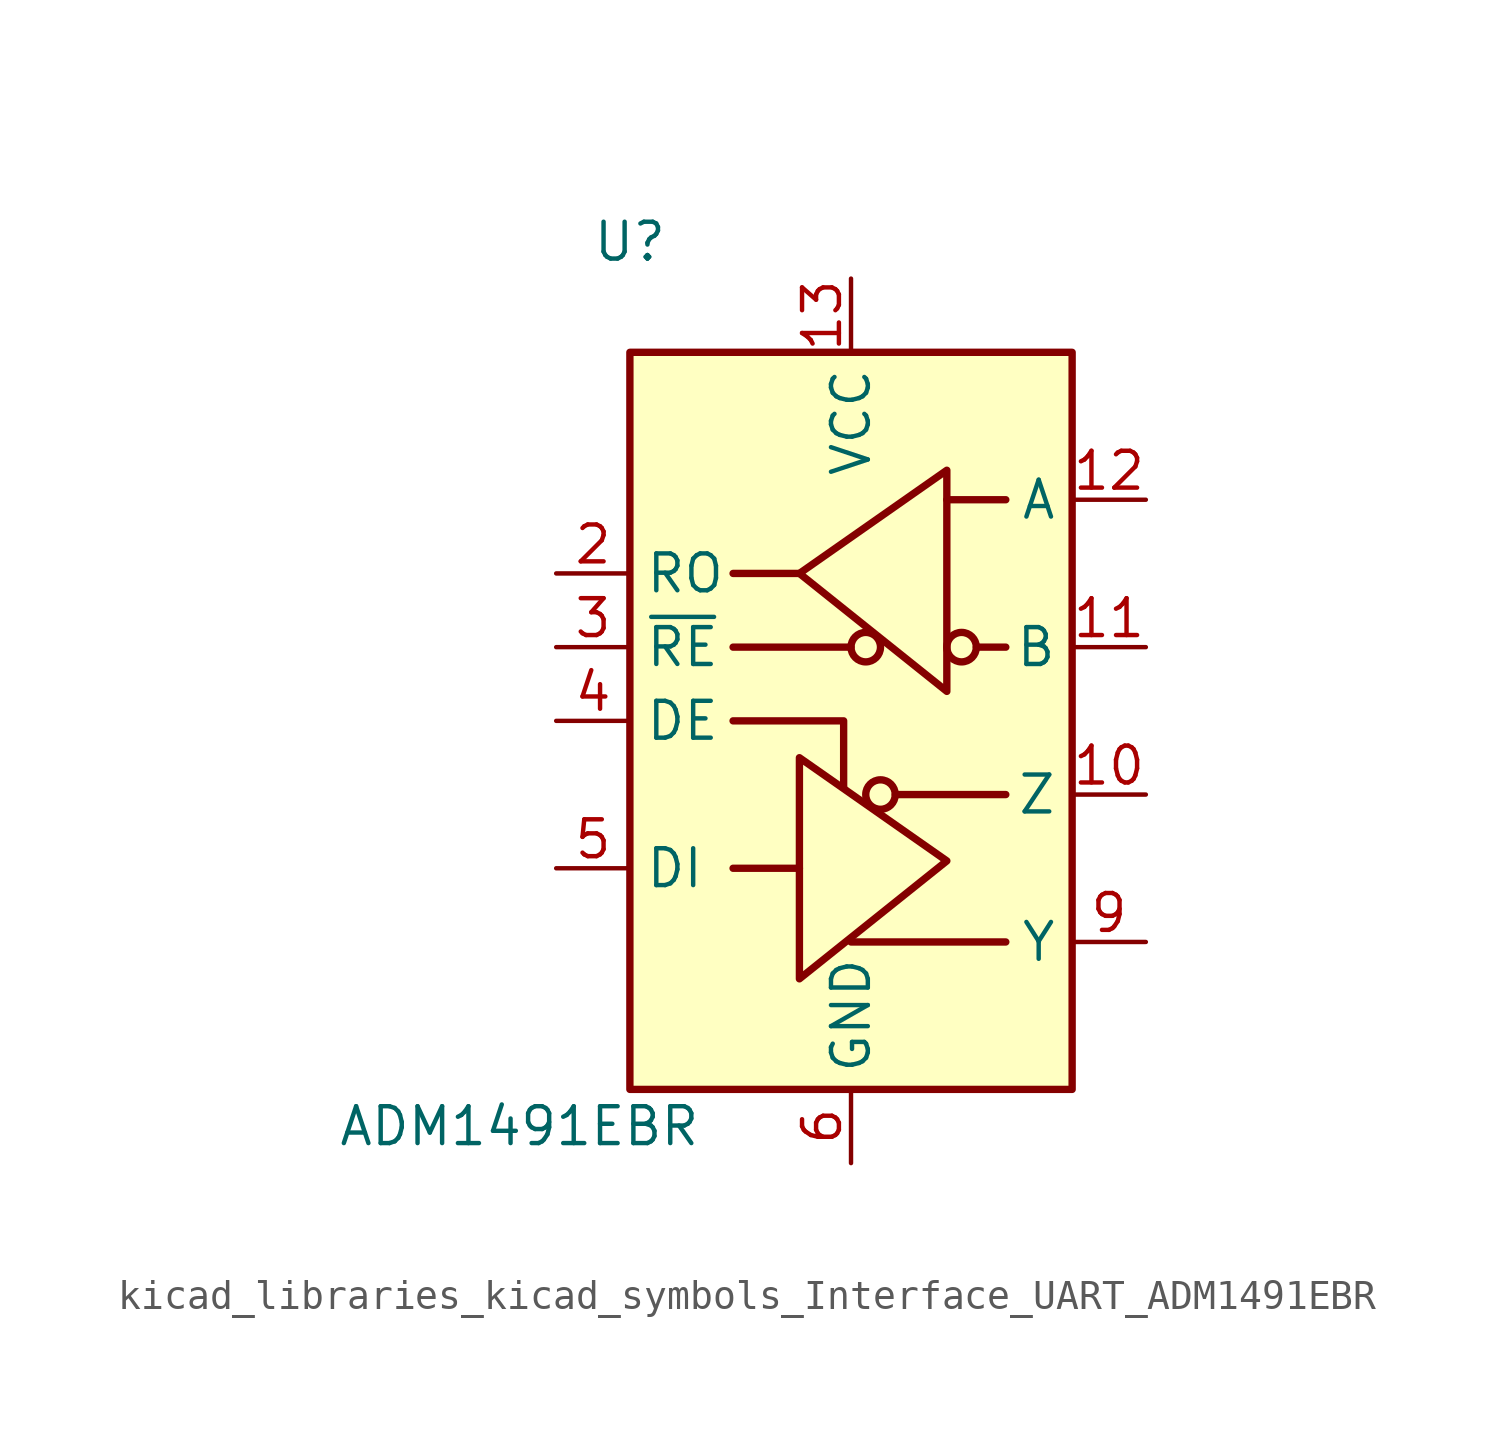
<source format=kicad_sym>
(kicad_symbol_lib
  (version 20220914)
  (generator kicad_symbol_editor)
  (symbol "kicad_libraries_kicad_symbols_Interface_UART_ADM1491EBR"
    (property "Reference" "U"
      (at -7.62 16.51 0)
      (effects (font (size 1.27 1.27))))
    (property "Value" "ADM1491EBR"
      (at -11.43 -13.97 0)
      (effects (font (size 1.27 1.27))))
    (symbol "kicad_libraries_kicad_symbols_Interface_UART_ADM1491EBR_0_1"
      (rectangle (start -7.62 12.7) (end 7.62 -12.7) (stroke (width 0.254) (type default)) (fill (type background)))
      (polyline (pts (xy -4.064 2.54) (xy 0 2.54)) (stroke (width 0.254) (type default)) (fill (type none)))
      (polyline (pts (xy -1.778 -5.08) (xy -4.064 -5.08)) (stroke (width 0.254) (type default)) (fill (type none)))
      (polyline (pts (xy -1.778 5.08) (xy -4.064 5.08)) (stroke (width 0.254) (type default)) (fill (type none)))
      (polyline (pts (xy 0 -7.62) (xy 5.334 -7.62)) (stroke (width 0.254) (type default)) (fill (type none)))
      (polyline (pts (xy 1.524 -2.54) (xy 5.334 -2.54)) (stroke (width 0.254) (type default)) (fill (type none)))
      (polyline (pts (xy 3.302 7.62) (xy 5.334 7.62)) (stroke (width 0.254) (type default)) (fill (type none)))
      (polyline (pts (xy 4.318 2.54) (xy 5.334 2.54)) (stroke (width 0.254) (type default)) (fill (type none)))
      (polyline (pts (xy -4.064 0) (xy -0.254 0) (xy -0.254 -2.286)) (stroke (width 0.254) (type default)) (fill (type none)))
      (polyline (pts (xy -1.778 -5.08) (xy -1.778 -1.27) (xy 3.302 -4.826) (xy -1.778 -8.89) (xy -1.778 -5.08)) (stroke (width 0.254) (type default)) (fill (type none)))
      (circle (center 1.016 -2.54) (radius 0.508) (stroke (width 0.254) (type default)) (fill (type none))))
    (symbol "kicad_libraries_kicad_symbols_Interface_UART_ADM1491EBR_1_1"
      (polyline (pts (xy 3.302 4.826) (xy 3.302 8.636) (xy -1.778 5.08) (xy 3.302 1.016) (xy 3.302 4.826)) (stroke (width 0.254) (type default)) (fill (type none)))
      (circle (center 0.508 2.54) (radius 0.508) (stroke (width 0.254) (type default)) (fill (type none)))
      (circle (center 3.81 2.54) (radius 0.508) (stroke (width 0.254) (type default)) (fill (type none)))
      (pin no_connect line (at -7.62 -10.16 0) (length 2.54) hide (name "NC" (effects (font (size 1.27 1.27)))) (number "1" (effects (font (size 1.27 1.27)))))
      (pin output line (at 10.16 -2.54 180) (length 2.54) (name "Z" (effects (font (size 1.27 1.27)))) (number "10" (effects (font (size 1.27 1.27)))))
      (pin input line (at 10.16 2.54 180) (length 2.54) (name "B" (effects (font (size 1.27 1.27)))) (number "11" (effects (font (size 1.27 1.27)))))
      (pin input line (at 10.16 7.62 180) (length 2.54) (name "A" (effects (font (size 1.27 1.27)))) (number "12" (effects (font (size 1.27 1.27)))))
      (pin power_in line (at 0 15.24 270) (length 2.54) (name "VCC" (effects (font (size 1.27 1.27)))) (number "13" (effects (font (size 1.27 1.27)))))
      (pin passive line (at 0 15.24 270) (length 2.54) hide (name "VCC" (effects (font (size 1.27 1.27)))) (number "14" (effects (font (size 1.27 1.27)))))
      (pin output line (at -10.16 5.08 0) (length 2.54) (name "RO" (effects (font (size 1.27 1.27)))) (number "2" (effects (font (size 1.27 1.27)))))
      (pin input line (at -10.16 2.54 0) (length 2.54) (name "~{RE}" (effects (font (size 1.27 1.27)))) (number "3" (effects (font (size 1.27 1.27)))))
      (pin input line (at -10.16 0 0) (length 2.54) (name "DE" (effects (font (size 1.27 1.27)))) (number "4" (effects (font (size 1.27 1.27)))))
      (pin input line (at -10.16 -5.08 0) (length 2.54) (name "DI" (effects (font (size 1.27 1.27)))) (number "5" (effects (font (size 1.27 1.27)))))
      (pin power_in line (at 0 -15.24 90) (length 2.54) (name "GND" (effects (font (size 1.27 1.27)))) (number "6" (effects (font (size 1.27 1.27)))))
      (pin passive line (at 0 -15.24 90) (length 2.54) hide (name "GND" (effects (font (size 1.27 1.27)))) (number "7" (effects (font (size 1.27 1.27)))))
      (pin no_connect line (at -7.62 -7.62 0) (length 2.54) hide (name "NC" (effects (font (size 1.27 1.27)))) (number "8" (effects (font (size 1.27 1.27)))))
      (pin output line (at 10.16 -7.62 180) (length 2.54) (name "Y" (effects (font (size 1.27 1.27)))) (number "9" (effects (font (size 1.27 1.27))))))))
</source>
